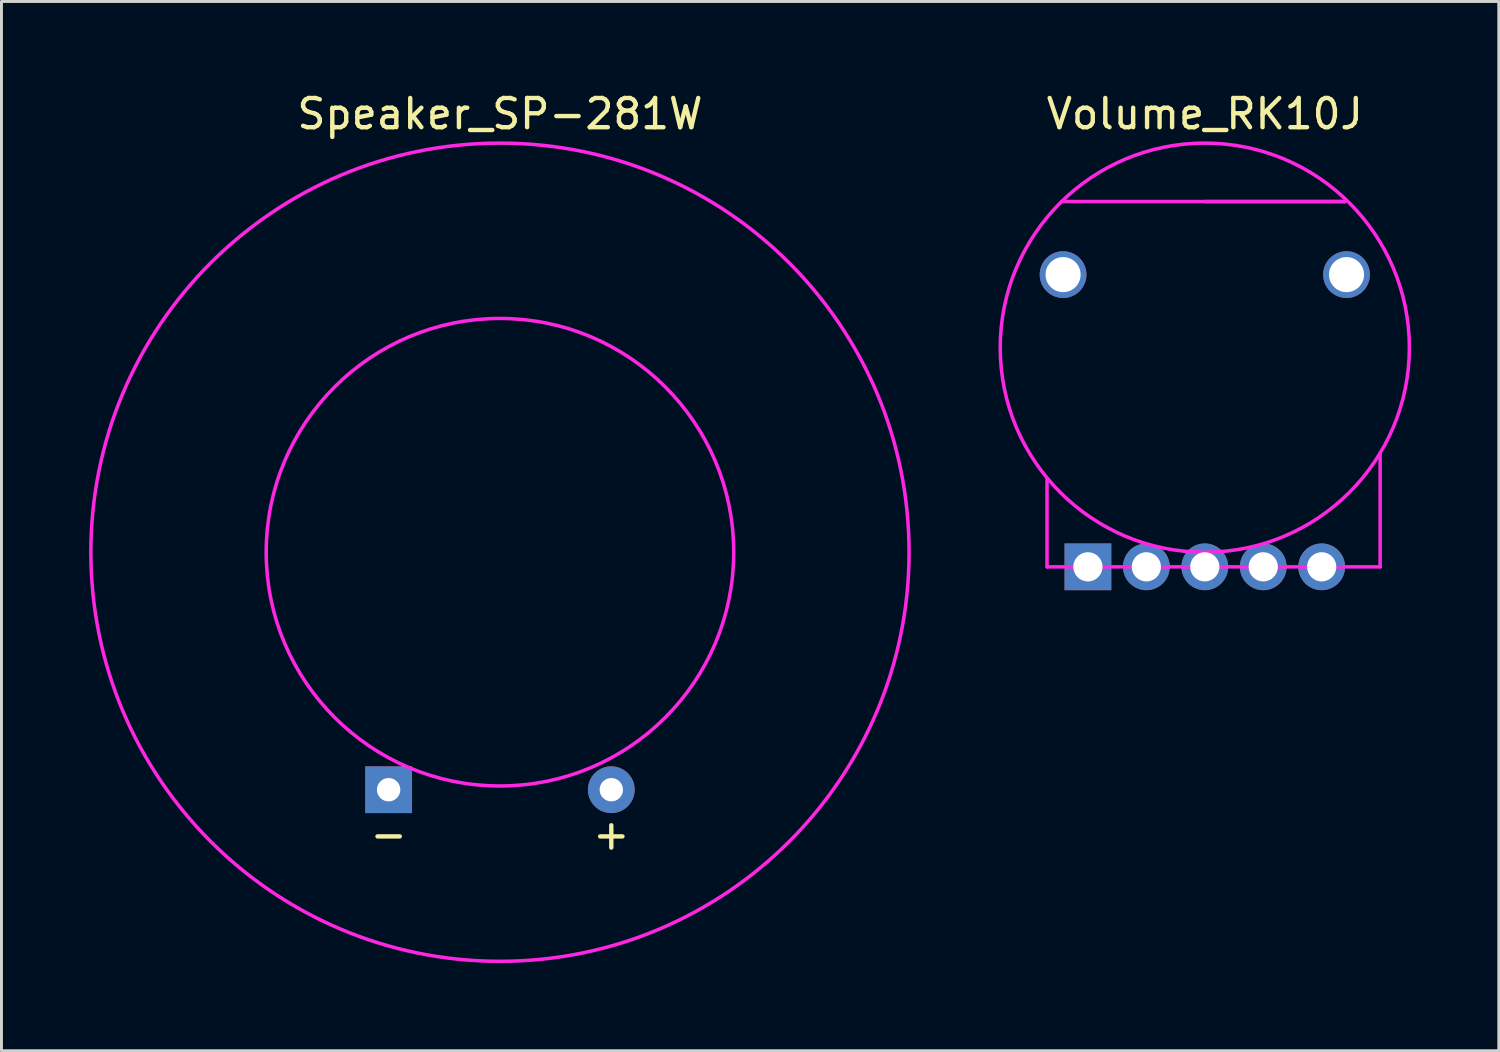
<source format=kicad_pcb>
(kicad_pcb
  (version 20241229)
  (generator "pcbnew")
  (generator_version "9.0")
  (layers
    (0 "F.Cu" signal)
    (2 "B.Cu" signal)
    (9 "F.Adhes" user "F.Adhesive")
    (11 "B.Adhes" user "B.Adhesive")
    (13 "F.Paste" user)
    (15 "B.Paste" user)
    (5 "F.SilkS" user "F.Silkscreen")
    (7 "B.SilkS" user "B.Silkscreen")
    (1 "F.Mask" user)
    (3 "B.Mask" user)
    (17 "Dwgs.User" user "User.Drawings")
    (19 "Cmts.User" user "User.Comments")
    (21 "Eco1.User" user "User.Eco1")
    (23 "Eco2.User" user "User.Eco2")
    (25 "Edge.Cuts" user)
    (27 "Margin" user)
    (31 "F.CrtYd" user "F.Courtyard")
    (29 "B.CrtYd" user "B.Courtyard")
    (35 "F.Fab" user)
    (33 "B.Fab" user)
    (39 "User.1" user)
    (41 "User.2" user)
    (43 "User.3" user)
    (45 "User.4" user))
  (footprint "Volume_RK10J"
    (layer "F.Cu")
    (at 38.181 8.848)
    (property "Reference" "Volume_RK10J" (at 0 -8 0) (layer "F.SilkS") (effects (font (size 1 1) (thickness 0.15))))
    (attr through_hole)
    (fp_line (start -5.4 7.5) (end -5.4 4.5) (stroke (width 0.12) (type solid)) (layer "F.CrtYd"))
    (fp_line (start 0 -5) (end 4.8 -5) (stroke (width 0.12) (type solid)) (layer "F.CrtYd"))
    (fp_line (start 4.8 -5) (end -4.9 -5) (stroke (width 0.12) (type solid)) (layer "F.CrtYd"))
    (fp_line (start 6 7.5) (end -5.4 7.5) (stroke (width 0.12) (type solid)) (layer "F.CrtYd"))
    (fp_line (start 6 7.5) (end 6 3.6) (stroke (width 0.12) (type solid)) (layer "F.CrtYd"))
    (fp_circle (center 0 0) (end -0.1 7) (stroke (width 0.12) (type solid)) (fill no) (layer "F.CrtYd"))
    (pad "1" thru_hole rect (at -4 7.5) (size 1.6 1.6) (drill 1) (layers "*.Cu" "*.Mask"))
    (pad "2" thru_hole circle (at -2 7.5) (size 1.6 1.6) (drill 1) (layers "*.Cu" "*.Mask"))
    (pad "3" thru_hole circle (at 4 7.5) (size 1.6 1.6) (drill 1) (layers "*.Cu" "*.Mask"))
    (pad "~" thru_hole circle (at -4.85 -2.5) (size 1.6 1.6) (drill 1.2) (layers "*.Cu" "*.Mask"))
    (pad "~" thru_hole circle (at 0 7.5) (size 1.6 1.6) (drill 1) (layers "*.Cu" "*.Mask"))
    (pad "~" thru_hole circle (at 2 7.5) (size 1.6 1.6) (drill 1) (layers "*.Cu" "*.Mask"))
    (pad "~" thru_hole circle (at 4.85 -2.5) (size 1.6 1.6) (drill 1.2) (layers "*.Cu" "*.Mask")))
  (footprint "Speaker_SP-281W"
    (layer "F.Cu")
    (at 14.06 15.848)
    (property "Reference" "Speaker_SP-281W" (at 0 -15 0) (layer "F.SilkS") (effects (font (size 1 1) (thickness 0.15))))
    (attr through_hole)
    (fp_circle (center 0 0) (end 8 0) (stroke (width 0.12) (type solid)) (fill no) (layer "F.CrtYd"))
    (fp_circle (center 0 0) (end 14 0.1) (stroke (width 0.12) (type solid)) (fill no) (layer "F.CrtYd"))
    (fp_text user "+" (at 3.81 9.652 0) (layer "F.SilkS") (effects (font (size 1 1) (thickness 0.15))))
    (fp_text user "-" (at -3.81 9.652 0) (layer "F.SilkS") (effects (font (size 1 1) (thickness 0.15))))
    (pad "1" thru_hole rect (at -3.81 8.128) (size 1.6 1.6) (drill 0.8) (layers "*.Cu" "*.Mask"))
    (pad "2" thru_hole circle (at 3.81 8.128) (size 1.6 1.6) (drill 0.8) (layers "*.Cu" "*.Mask")))
  (gr_rect
    (start -3 -3)
    (end 48.242 32.909)
    (stroke (width 0.1) (type default))
    (fill no)
    (layer "Edge.Cuts")))
</source>
